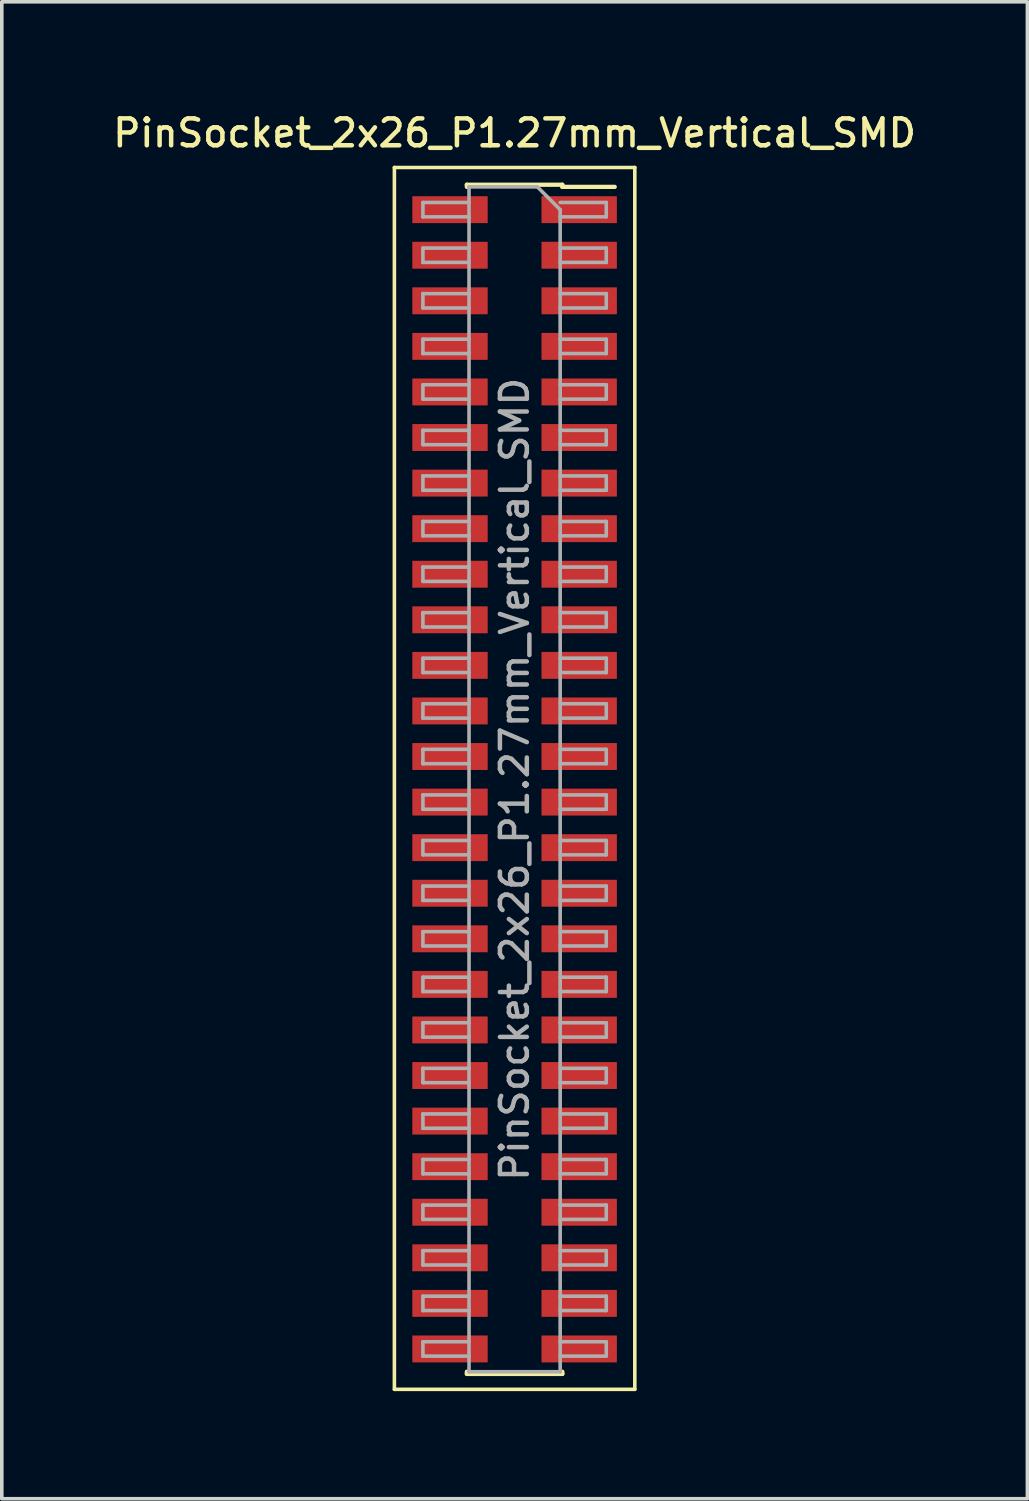
<source format=kicad_pcb>
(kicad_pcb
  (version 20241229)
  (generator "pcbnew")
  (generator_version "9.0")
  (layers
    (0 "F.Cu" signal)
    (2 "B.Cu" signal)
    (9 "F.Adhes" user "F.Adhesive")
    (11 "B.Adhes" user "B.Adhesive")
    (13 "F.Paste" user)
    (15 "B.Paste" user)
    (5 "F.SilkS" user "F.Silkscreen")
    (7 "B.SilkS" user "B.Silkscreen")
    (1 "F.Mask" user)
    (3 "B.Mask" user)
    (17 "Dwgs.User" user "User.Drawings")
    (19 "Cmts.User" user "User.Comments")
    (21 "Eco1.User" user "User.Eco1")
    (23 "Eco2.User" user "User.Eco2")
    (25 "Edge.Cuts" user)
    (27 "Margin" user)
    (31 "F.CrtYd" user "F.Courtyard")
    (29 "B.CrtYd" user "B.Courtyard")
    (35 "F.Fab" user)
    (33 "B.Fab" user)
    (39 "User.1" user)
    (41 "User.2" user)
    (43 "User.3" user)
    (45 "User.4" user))
  (footprint "PinSocket_2x26_P1.27mm_Vertical_SMD"
    (layer "F.Cu")
    (at 11.291 18.668)
    (property "Reference" "PinSocket_2x26_P1.27mm_Vertical_SMD" (at 0 -18.01 0) (layer "F.SilkS") (effects (font (size 0.75 0.75) (thickness 0.125))))
    (attr smd)
    (fp_line (start -3.35 -17.05) (end 3.35 -17.05) (stroke (width 0.1) (type solid)) (layer "F.SilkS"))
    (fp_line (start -3.35 17) (end -3.35 -17.05) (stroke (width 0.1) (type solid)) (layer "F.SilkS"))
    (fp_line (start -1.33 -16.57) (end -1.33 -16.51) (stroke (width 0.12) (type solid)) (layer "F.SilkS"))
    (fp_line (start -1.33 -16.57) (end 1.33 -16.57) (stroke (width 0.12) (type solid)) (layer "F.SilkS"))
    (fp_line (start -1.33 16.51) (end -1.33 16.57) (stroke (width 0.12) (type solid)) (layer "F.SilkS"))
    (fp_line (start -1.33 16.57) (end 1.33 16.57) (stroke (width 0.12) (type solid)) (layer "F.SilkS"))
    (fp_line (start 1.33 -16.57) (end 1.33 -16.51) (stroke (width 0.12) (type solid)) (layer "F.SilkS"))
    (fp_line (start 1.33 -16.51) (end 2.79 -16.51) (stroke (width 0.12) (type solid)) (layer "F.SilkS"))
    (fp_line (start 1.33 16.51) (end 1.33 16.57) (stroke (width 0.12) (type solid)) (layer "F.SilkS"))
    (fp_line (start 3.35 -17.05) (end 3.35 17) (stroke (width 0.1) (type solid)) (layer "F.SilkS"))
    (fp_line (start 3.35 17) (end -3.35 17) (stroke (width 0.1) (type solid)) (layer "F.SilkS"))
    (fp_line (start -2.555 -16.075) (end -1.27 -16.075) (stroke (width 0.1) (type solid)) (layer "F.Fab"))
    (fp_line (start -2.555 -15.675) (end -2.555 -16.075) (stroke (width 0.1) (type solid)) (layer "F.Fab"))
    (fp_line (start -2.555 -14.805) (end -1.27 -14.805) (stroke (width 0.1) (type solid)) (layer "F.Fab"))
    (fp_line (start -2.555 -14.405) (end -2.555 -14.805) (stroke (width 0.1) (type solid)) (layer "F.Fab"))
    (fp_line (start -2.555 -13.535) (end -1.27 -13.535) (stroke (width 0.1) (type solid)) (layer "F.Fab"))
    (fp_line (start -2.555 -13.135) (end -2.555 -13.535) (stroke (width 0.1) (type solid)) (layer "F.Fab"))
    (fp_line (start -2.555 -12.265) (end -1.27 -12.265) (stroke (width 0.1) (type solid)) (layer "F.Fab"))
    (fp_line (start -2.555 -11.865) (end -2.555 -12.265) (stroke (width 0.1) (type solid)) (layer "F.Fab"))
    (fp_line (start -2.555 -10.995) (end -1.27 -10.995) (stroke (width 0.1) (type solid)) (layer "F.Fab"))
    (fp_line (start -2.555 -10.595) (end -2.555 -10.995) (stroke (width 0.1) (type solid)) (layer "F.Fab"))
    (fp_line (start -2.555 -9.725) (end -1.27 -9.725) (stroke (width 0.1) (type solid)) (layer "F.Fab"))
    (fp_line (start -2.555 -9.325) (end -2.555 -9.725) (stroke (width 0.1) (type solid)) (layer "F.Fab"))
    (fp_line (start -2.555 -8.455) (end -1.27 -8.455) (stroke (width 0.1) (type solid)) (layer "F.Fab"))
    (fp_line (start -2.555 -8.055) (end -2.555 -8.455) (stroke (width 0.1) (type solid)) (layer "F.Fab"))
    (fp_line (start -2.555 -7.185) (end -1.27 -7.185) (stroke (width 0.1) (type solid)) (layer "F.Fab"))
    (fp_line (start -2.555 -6.785) (end -2.555 -7.185) (stroke (width 0.1) (type solid)) (layer "F.Fab"))
    (fp_line (start -2.555 -5.915) (end -1.27 -5.915) (stroke (width 0.1) (type solid)) (layer "F.Fab"))
    (fp_line (start -2.555 -5.515) (end -2.555 -5.915) (stroke (width 0.1) (type solid)) (layer "F.Fab"))
    (fp_line (start -2.555 -4.645) (end -1.27 -4.645) (stroke (width 0.1) (type solid)) (layer "F.Fab"))
    (fp_line (start -2.555 -4.245) (end -2.555 -4.645) (stroke (width 0.1) (type solid)) (layer "F.Fab"))
    (fp_line (start -2.555 -3.375) (end -1.27 -3.375) (stroke (width 0.1) (type solid)) (layer "F.Fab"))
    (fp_line (start -2.555 -2.975) (end -2.555 -3.375) (stroke (width 0.1) (type solid)) (layer "F.Fab"))
    (fp_line (start -2.555 -2.105) (end -1.27 -2.105) (stroke (width 0.1) (type solid)) (layer "F.Fab"))
    (fp_line (start -2.555 -1.705) (end -2.555 -2.105) (stroke (width 0.1) (type solid)) (layer "F.Fab"))
    (fp_line (start -2.555 -0.835) (end -1.27 -0.835) (stroke (width 0.1) (type solid)) (layer "F.Fab"))
    (fp_line (start -2.555 -0.435) (end -2.555 -0.835) (stroke (width 0.1) (type solid)) (layer "F.Fab"))
    (fp_line (start -2.555 0.435) (end -1.27 0.435) (stroke (width 0.1) (type solid)) (layer "F.Fab"))
    (fp_line (start -2.555 0.835) (end -2.555 0.435) (stroke (width 0.1) (type solid)) (layer "F.Fab"))
    (fp_line (start -2.555 1.705) (end -1.27 1.705) (stroke (width 0.1) (type solid)) (layer "F.Fab"))
    (fp_line (start -2.555 2.105) (end -2.555 1.705) (stroke (width 0.1) (type solid)) (layer "F.Fab"))
    (fp_line (start -2.555 2.975) (end -1.27 2.975) (stroke (width 0.1) (type solid)) (layer "F.Fab"))
    (fp_line (start -2.555 3.375) (end -2.555 2.975) (stroke (width 0.1) (type solid)) (layer "F.Fab"))
    (fp_line (start -2.555 4.245) (end -1.27 4.245) (stroke (width 0.1) (type solid)) (layer "F.Fab"))
    (fp_line (start -2.555 4.645) (end -2.555 4.245) (stroke (width 0.1) (type solid)) (layer "F.Fab"))
    (fp_line (start -2.555 5.515) (end -1.27 5.515) (stroke (width 0.1) (type solid)) (layer "F.Fab"))
    (fp_line (start -2.555 5.915) (end -2.555 5.515) (stroke (width 0.1) (type solid)) (layer "F.Fab"))
    (fp_line (start -2.555 6.785) (end -1.27 6.785) (stroke (width 0.1) (type solid)) (layer "F.Fab"))
    (fp_line (start -2.555 7.185) (end -2.555 6.785) (stroke (width 0.1) (type solid)) (layer "F.Fab"))
    (fp_line (start -2.555 8.055) (end -1.27 8.055) (stroke (width 0.1) (type solid)) (layer "F.Fab"))
    (fp_line (start -2.555 8.455) (end -2.555 8.055) (stroke (width 0.1) (type solid)) (layer "F.Fab"))
    (fp_line (start -2.555 9.325) (end -1.27 9.325) (stroke (width 0.1) (type solid)) (layer "F.Fab"))
    (fp_line (start -2.555 9.725) (end -2.555 9.325) (stroke (width 0.1) (type solid)) (layer "F.Fab"))
    (fp_line (start -2.555 10.595) (end -1.27 10.595) (stroke (width 0.1) (type solid)) (layer "F.Fab"))
    (fp_line (start -2.555 10.995) (end -2.555 10.595) (stroke (width 0.1) (type solid)) (layer "F.Fab"))
    (fp_line (start -2.555 11.865) (end -1.27 11.865) (stroke (width 0.1) (type solid)) (layer "F.Fab"))
    (fp_line (start -2.555 12.265) (end -2.555 11.865) (stroke (width 0.1) (type solid)) (layer "F.Fab"))
    (fp_line (start -2.555 13.135) (end -1.27 13.135) (stroke (width 0.1) (type solid)) (layer "F.Fab"))
    (fp_line (start -2.555 13.535) (end -2.555 13.135) (stroke (width 0.1) (type solid)) (layer "F.Fab"))
    (fp_line (start -2.555 14.405) (end -1.27 14.405) (stroke (width 0.1) (type solid)) (layer "F.Fab"))
    (fp_line (start -2.555 14.805) (end -2.555 14.405) (stroke (width 0.1) (type solid)) (layer "F.Fab"))
    (fp_line (start -2.555 15.675) (end -1.27 15.675) (stroke (width 0.1) (type solid)) (layer "F.Fab"))
    (fp_line (start -2.555 16.075) (end -2.555 15.675) (stroke (width 0.1) (type solid)) (layer "F.Fab"))
    (fp_line (start -1.27 -16.51) (end 0.635 -16.51) (stroke (width 0.1) (type solid)) (layer "F.Fab"))
    (fp_line (start -1.27 -15.675) (end -2.555 -15.675) (stroke (width 0.1) (type solid)) (layer "F.Fab"))
    (fp_line (start -1.27 -14.405) (end -2.555 -14.405) (stroke (width 0.1) (type solid)) (layer "F.Fab"))
    (fp_line (start -1.27 -13.135) (end -2.555 -13.135) (stroke (width 0.1) (type solid)) (layer "F.Fab"))
    (fp_line (start -1.27 -11.865) (end -2.555 -11.865) (stroke (width 0.1) (type solid)) (layer "F.Fab"))
    (fp_line (start -1.27 -10.595) (end -2.555 -10.595) (stroke (width 0.1) (type solid)) (layer "F.Fab"))
    (fp_line (start -1.27 -9.325) (end -2.555 -9.325) (stroke (width 0.1) (type solid)) (layer "F.Fab"))
    (fp_line (start -1.27 -8.055) (end -2.555 -8.055) (stroke (width 0.1) (type solid)) (layer "F.Fab"))
    (fp_line (start -1.27 -6.785) (end -2.555 -6.785) (stroke (width 0.1) (type solid)) (layer "F.Fab"))
    (fp_line (start -1.27 -5.515) (end -2.555 -5.515) (stroke (width 0.1) (type solid)) (layer "F.Fab"))
    (fp_line (start -1.27 -4.245) (end -2.555 -4.245) (stroke (width 0.1) (type solid)) (layer "F.Fab"))
    (fp_line (start -1.27 -2.975) (end -2.555 -2.975) (stroke (width 0.1) (type solid)) (layer "F.Fab"))
    (fp_line (start -1.27 -1.705) (end -2.555 -1.705) (stroke (width 0.1) (type solid)) (layer "F.Fab"))
    (fp_line (start -1.27 -0.435) (end -2.555 -0.435) (stroke (width 0.1) (type solid)) (layer "F.Fab"))
    (fp_line (start -1.27 0.835) (end -2.555 0.835) (stroke (width 0.1) (type solid)) (layer "F.Fab"))
    (fp_line (start -1.27 2.105) (end -2.555 2.105) (stroke (width 0.1) (type solid)) (layer "F.Fab"))
    (fp_line (start -1.27 3.375) (end -2.555 3.375) (stroke (width 0.1) (type solid)) (layer "F.Fab"))
    (fp_line (start -1.27 4.645) (end -2.555 4.645) (stroke (width 0.1) (type solid)) (layer "F.Fab"))
    (fp_line (start -1.27 5.915) (end -2.555 5.915) (stroke (width 0.1) (type solid)) (layer "F.Fab"))
    (fp_line (start -1.27 7.185) (end -2.555 7.185) (stroke (width 0.1) (type solid)) (layer "F.Fab"))
    (fp_line (start -1.27 8.455) (end -2.555 8.455) (stroke (width 0.1) (type solid)) (layer "F.Fab"))
    (fp_line (start -1.27 9.725) (end -2.555 9.725) (stroke (width 0.1) (type solid)) (layer "F.Fab"))
    (fp_line (start -1.27 10.995) (end -2.555 10.995) (stroke (width 0.1) (type solid)) (layer "F.Fab"))
    (fp_line (start -1.27 12.265) (end -2.555 12.265) (stroke (width 0.1) (type solid)) (layer "F.Fab"))
    (fp_line (start -1.27 13.535) (end -2.555 13.535) (stroke (width 0.1) (type solid)) (layer "F.Fab"))
    (fp_line (start -1.27 14.805) (end -2.555 14.805) (stroke (width 0.1) (type solid)) (layer "F.Fab"))
    (fp_line (start -1.27 16.075) (end -2.555 16.075) (stroke (width 0.1) (type solid)) (layer "F.Fab"))
    (fp_line (start -1.27 16.51) (end -1.27 -16.51) (stroke (width 0.1) (type solid)) (layer "F.Fab"))
    (fp_line (start 0.635 -16.51) (end 1.27 -15.875) (stroke (width 0.1) (type solid)) (layer "F.Fab"))
    (fp_line (start 1.27 -16.075) (end 2.555 -16.075) (stroke (width 0.1) (type solid)) (layer "F.Fab"))
    (fp_line (start 1.27 -15.875) (end 1.27 16.51) (stroke (width 0.1) (type solid)) (layer "F.Fab"))
    (fp_line (start 1.27 -14.805) (end 2.555 -14.805) (stroke (width 0.1) (type solid)) (layer "F.Fab"))
    (fp_line (start 1.27 -13.535) (end 2.555 -13.535) (stroke (width 0.1) (type solid)) (layer "F.Fab"))
    (fp_line (start 1.27 -12.265) (end 2.555 -12.265) (stroke (width 0.1) (type solid)) (layer "F.Fab"))
    (fp_line (start 1.27 -10.995) (end 2.555 -10.995) (stroke (width 0.1) (type solid)) (layer "F.Fab"))
    (fp_line (start 1.27 -9.725) (end 2.555 -9.725) (stroke (width 0.1) (type solid)) (layer "F.Fab"))
    (fp_line (start 1.27 -8.455) (end 2.555 -8.455) (stroke (width 0.1) (type solid)) (layer "F.Fab"))
    (fp_line (start 1.27 -7.185) (end 2.555 -7.185) (stroke (width 0.1) (type solid)) (layer "F.Fab"))
    (fp_line (start 1.27 -5.915) (end 2.555 -5.915) (stroke (width 0.1) (type solid)) (layer "F.Fab"))
    (fp_line (start 1.27 -4.645) (end 2.555 -4.645) (stroke (width 0.1) (type solid)) (layer "F.Fab"))
    (fp_line (start 1.27 -3.375) (end 2.555 -3.375) (stroke (width 0.1) (type solid)) (layer "F.Fab"))
    (fp_line (start 1.27 -2.105) (end 2.555 -2.105) (stroke (width 0.1) (type solid)) (layer "F.Fab"))
    (fp_line (start 1.27 -0.835) (end 2.555 -0.835) (stroke (width 0.1) (type solid)) (layer "F.Fab"))
    (fp_line (start 1.27 0.435) (end 2.555 0.435) (stroke (width 0.1) (type solid)) (layer "F.Fab"))
    (fp_line (start 1.27 1.705) (end 2.555 1.705) (stroke (width 0.1) (type solid)) (layer "F.Fab"))
    (fp_line (start 1.27 2.975) (end 2.555 2.975) (stroke (width 0.1) (type solid)) (layer "F.Fab"))
    (fp_line (start 1.27 4.245) (end 2.555 4.245) (stroke (width 0.1) (type solid)) (layer "F.Fab"))
    (fp_line (start 1.27 5.515) (end 2.555 5.515) (stroke (width 0.1) (type solid)) (layer "F.Fab"))
    (fp_line (start 1.27 6.785) (end 2.555 6.785) (stroke (width 0.1) (type solid)) (layer "F.Fab"))
    (fp_line (start 1.27 8.055) (end 2.555 8.055) (stroke (width 0.1) (type solid)) (layer "F.Fab"))
    (fp_line (start 1.27 9.325) (end 2.555 9.325) (stroke (width 0.1) (type solid)) (layer "F.Fab"))
    (fp_line (start 1.27 10.595) (end 2.555 10.595) (stroke (width 0.1) (type solid)) (layer "F.Fab"))
    (fp_line (start 1.27 11.865) (end 2.555 11.865) (stroke (width 0.1) (type solid)) (layer "F.Fab"))
    (fp_line (start 1.27 13.135) (end 2.555 13.135) (stroke (width 0.1) (type solid)) (layer "F.Fab"))
    (fp_line (start 1.27 14.405) (end 2.555 14.405) (stroke (width 0.1) (type solid)) (layer "F.Fab"))
    (fp_line (start 1.27 15.675) (end 2.555 15.675) (stroke (width 0.1) (type solid)) (layer "F.Fab"))
    (fp_line (start 1.27 16.51) (end -1.27 16.51) (stroke (width 0.1) (type solid)) (layer "F.Fab"))
    (fp_line (start 2.555 -16.075) (end 2.555 -15.675) (stroke (width 0.1) (type solid)) (layer "F.Fab"))
    (fp_line (start 2.555 -15.675) (end 1.27 -15.675) (stroke (width 0.1) (type solid)) (layer "F.Fab"))
    (fp_line (start 2.555 -14.805) (end 2.555 -14.405) (stroke (width 0.1) (type solid)) (layer "F.Fab"))
    (fp_line (start 2.555 -14.405) (end 1.27 -14.405) (stroke (width 0.1) (type solid)) (layer "F.Fab"))
    (fp_line (start 2.555 -13.535) (end 2.555 -13.135) (stroke (width 0.1) (type solid)) (layer "F.Fab"))
    (fp_line (start 2.555 -13.135) (end 1.27 -13.135) (stroke (width 0.1) (type solid)) (layer "F.Fab"))
    (fp_line (start 2.555 -12.265) (end 2.555 -11.865) (stroke (width 0.1) (type solid)) (layer "F.Fab"))
    (fp_line (start 2.555 -11.865) (end 1.27 -11.865) (stroke (width 0.1) (type solid)) (layer "F.Fab"))
    (fp_line (start 2.555 -10.995) (end 2.555 -10.595) (stroke (width 0.1) (type solid)) (layer "F.Fab"))
    (fp_line (start 2.555 -10.595) (end 1.27 -10.595) (stroke (width 0.1) (type solid)) (layer "F.Fab"))
    (fp_line (start 2.555 -9.725) (end 2.555 -9.325) (stroke (width 0.1) (type solid)) (layer "F.Fab"))
    (fp_line (start 2.555 -9.325) (end 1.27 -9.325) (stroke (width 0.1) (type solid)) (layer "F.Fab"))
    (fp_line (start 2.555 -8.455) (end 2.555 -8.055) (stroke (width 0.1) (type solid)) (layer "F.Fab"))
    (fp_line (start 2.555 -8.055) (end 1.27 -8.055) (stroke (width 0.1) (type solid)) (layer "F.Fab"))
    (fp_line (start 2.555 -7.185) (end 2.555 -6.785) (stroke (width 0.1) (type solid)) (layer "F.Fab"))
    (fp_line (start 2.555 -6.785) (end 1.27 -6.785) (stroke (width 0.1) (type solid)) (layer "F.Fab"))
    (fp_line (start 2.555 -5.915) (end 2.555 -5.515) (stroke (width 0.1) (type solid)) (layer "F.Fab"))
    (fp_line (start 2.555 -5.515) (end 1.27 -5.515) (stroke (width 0.1) (type solid)) (layer "F.Fab"))
    (fp_line (start 2.555 -4.645) (end 2.555 -4.245) (stroke (width 0.1) (type solid)) (layer "F.Fab"))
    (fp_line (start 2.555 -4.245) (end 1.27 -4.245) (stroke (width 0.1) (type solid)) (layer "F.Fab"))
    (fp_line (start 2.555 -3.375) (end 2.555 -2.975) (stroke (width 0.1) (type solid)) (layer "F.Fab"))
    (fp_line (start 2.555 -2.975) (end 1.27 -2.975) (stroke (width 0.1) (type solid)) (layer "F.Fab"))
    (fp_line (start 2.555 -2.105) (end 2.555 -1.705) (stroke (width 0.1) (type solid)) (layer "F.Fab"))
    (fp_line (start 2.555 -1.705) (end 1.27 -1.705) (stroke (width 0.1) (type solid)) (layer "F.Fab"))
    (fp_line (start 2.555 -0.835) (end 2.555 -0.435) (stroke (width 0.1) (type solid)) (layer "F.Fab"))
    (fp_line (start 2.555 -0.435) (end 1.27 -0.435) (stroke (width 0.1) (type solid)) (layer "F.Fab"))
    (fp_line (start 2.555 0.435) (end 2.555 0.835) (stroke (width 0.1) (type solid)) (layer "F.Fab"))
    (fp_line (start 2.555 0.835) (end 1.27 0.835) (stroke (width 0.1) (type solid)) (layer "F.Fab"))
    (fp_line (start 2.555 1.705) (end 2.555 2.105) (stroke (width 0.1) (type solid)) (layer "F.Fab"))
    (fp_line (start 2.555 2.105) (end 1.27 2.105) (stroke (width 0.1) (type solid)) (layer "F.Fab"))
    (fp_line (start 2.555 2.975) (end 2.555 3.375) (stroke (width 0.1) (type solid)) (layer "F.Fab"))
    (fp_line (start 2.555 3.375) (end 1.27 3.375) (stroke (width 0.1) (type solid)) (layer "F.Fab"))
    (fp_line (start 2.555 4.245) (end 2.555 4.645) (stroke (width 0.1) (type solid)) (layer "F.Fab"))
    (fp_line (start 2.555 4.645) (end 1.27 4.645) (stroke (width 0.1) (type solid)) (layer "F.Fab"))
    (fp_line (start 2.555 5.515) (end 2.555 5.915) (stroke (width 0.1) (type solid)) (layer "F.Fab"))
    (fp_line (start 2.555 5.915) (end 1.27 5.915) (stroke (width 0.1) (type solid)) (layer "F.Fab"))
    (fp_line (start 2.555 6.785) (end 2.555 7.185) (stroke (width 0.1) (type solid)) (layer "F.Fab"))
    (fp_line (start 2.555 7.185) (end 1.27 7.185) (stroke (width 0.1) (type solid)) (layer "F.Fab"))
    (fp_line (start 2.555 8.055) (end 2.555 8.455) (stroke (width 0.1) (type solid)) (layer "F.Fab"))
    (fp_line (start 2.555 8.455) (end 1.27 8.455) (stroke (width 0.1) (type solid)) (layer "F.Fab"))
    (fp_line (start 2.555 9.325) (end 2.555 9.725) (stroke (width 0.1) (type solid)) (layer "F.Fab"))
    (fp_line (start 2.555 9.725) (end 1.27 9.725) (stroke (width 0.1) (type solid)) (layer "F.Fab"))
    (fp_line (start 2.555 10.595) (end 2.555 10.995) (stroke (width 0.1) (type solid)) (layer "F.Fab"))
    (fp_line (start 2.555 10.995) (end 1.27 10.995) (stroke (width 0.1) (type solid)) (layer "F.Fab"))
    (fp_line (start 2.555 11.865) (end 2.555 12.265) (stroke (width 0.1) (type solid)) (layer "F.Fab"))
    (fp_line (start 2.555 12.265) (end 1.27 12.265) (stroke (width 0.1) (type solid)) (layer "F.Fab"))
    (fp_line (start 2.555 13.135) (end 2.555 13.535) (stroke (width 0.1) (type solid)) (layer "F.Fab"))
    (fp_line (start 2.555 13.535) (end 1.27 13.535) (stroke (width 0.1) (type solid)) (layer "F.Fab"))
    (fp_line (start 2.555 14.405) (end 2.555 14.805) (stroke (width 0.1) (type solid)) (layer "F.Fab"))
    (fp_line (start 2.555 14.805) (end 1.27 14.805) (stroke (width 0.1) (type solid)) (layer "F.Fab"))
    (fp_line (start 2.555 15.675) (end 2.555 16.075) (stroke (width 0.1) (type solid)) (layer "F.Fab"))
    (fp_line (start 2.555 16.075) (end 1.27 16.075) (stroke (width 0.1) (type solid)) (layer "F.Fab"))
    (fp_text user "${REFERENCE}" (at 0 0 90) (layer "F.Fab") (effects (font (size 0.75 0.75) (thickness 0.125))))
    (pad "1" smd rect (at 1.8 -15.875) (size 2.1 0.75) (layers "F.Cu" "F.Mask" "F.Paste"))
    (pad "2" smd rect (at -1.8 -15.875) (size 2.1 0.75) (layers "F.Cu" "F.Mask" "F.Paste"))
    (pad "3" smd rect (at 1.8 -14.605) (size 2.1 0.75) (layers "F.Cu" "F.Mask" "F.Paste"))
    (pad "4" smd rect (at -1.8 -14.605) (size 2.1 0.75) (layers "F.Cu" "F.Mask" "F.Paste"))
    (pad "5" smd rect (at 1.8 -13.335) (size 2.1 0.75) (layers "F.Cu" "F.Mask" "F.Paste"))
    (pad "6" smd rect (at -1.8 -13.335) (size 2.1 0.75) (layers "F.Cu" "F.Mask" "F.Paste"))
    (pad "7" smd rect (at 1.8 -12.065) (size 2.1 0.75) (layers "F.Cu" "F.Mask" "F.Paste"))
    (pad "8" smd rect (at -1.8 -12.065) (size 2.1 0.75) (layers "F.Cu" "F.Mask" "F.Paste"))
    (pad "9" smd rect (at 1.8 -10.795) (size 2.1 0.75) (layers "F.Cu" "F.Mask" "F.Paste"))
    (pad "10" smd rect (at -1.8 -10.795) (size 2.1 0.75) (layers "F.Cu" "F.Mask" "F.Paste"))
    (pad "11" smd rect (at 1.8 -9.525) (size 2.1 0.75) (layers "F.Cu" "F.Mask" "F.Paste"))
    (pad "12" smd rect (at -1.8 -9.525) (size 2.1 0.75) (layers "F.Cu" "F.Mask" "F.Paste"))
    (pad "13" smd rect (at 1.8 -8.255) (size 2.1 0.75) (layers "F.Cu" "F.Mask" "F.Paste"))
    (pad "14" smd rect (at -1.8 -8.255) (size 2.1 0.75) (layers "F.Cu" "F.Mask" "F.Paste"))
    (pad "15" smd rect (at 1.8 -6.985) (size 2.1 0.75) (layers "F.Cu" "F.Mask" "F.Paste"))
    (pad "16" smd rect (at -1.8 -6.985) (size 2.1 0.75) (layers "F.Cu" "F.Mask" "F.Paste"))
    (pad "17" smd rect (at 1.8 -5.715) (size 2.1 0.75) (layers "F.Cu" "F.Mask" "F.Paste"))
    (pad "18" smd rect (at -1.8 -5.715) (size 2.1 0.75) (layers "F.Cu" "F.Mask" "F.Paste"))
    (pad "19" smd rect (at 1.8 -4.445) (size 2.1 0.75) (layers "F.Cu" "F.Mask" "F.Paste"))
    (pad "20" smd rect (at -1.8 -4.445) (size 2.1 0.75) (layers "F.Cu" "F.Mask" "F.Paste"))
    (pad "21" smd rect (at 1.8 -3.175) (size 2.1 0.75) (layers "F.Cu" "F.Mask" "F.Paste"))
    (pad "22" smd rect (at -1.8 -3.175) (size 2.1 0.75) (layers "F.Cu" "F.Mask" "F.Paste"))
    (pad "23" smd rect (at 1.8 -1.905) (size 2.1 0.75) (layers "F.Cu" "F.Mask" "F.Paste"))
    (pad "24" smd rect (at -1.8 -1.905) (size 2.1 0.75) (layers "F.Cu" "F.Mask" "F.Paste"))
    (pad "25" smd rect (at 1.8 -0.635) (size 2.1 0.75) (layers "F.Cu" "F.Mask" "F.Paste"))
    (pad "26" smd rect (at -1.8 -0.635) (size 2.1 0.75) (layers "F.Cu" "F.Mask" "F.Paste"))
    (pad "27" smd rect (at 1.8 0.635) (size 2.1 0.75) (layers "F.Cu" "F.Mask" "F.Paste"))
    (pad "28" smd rect (at -1.8 0.635) (size 2.1 0.75) (layers "F.Cu" "F.Mask" "F.Paste"))
    (pad "29" smd rect (at 1.8 1.905) (size 2.1 0.75) (layers "F.Cu" "F.Mask" "F.Paste"))
    (pad "30" smd rect (at -1.8 1.905) (size 2.1 0.75) (layers "F.Cu" "F.Mask" "F.Paste"))
    (pad "31" smd rect (at 1.8 3.175) (size 2.1 0.75) (layers "F.Cu" "F.Mask" "F.Paste"))
    (pad "32" smd rect (at -1.8 3.175) (size 2.1 0.75) (layers "F.Cu" "F.Mask" "F.Paste"))
    (pad "33" smd rect (at 1.8 4.445) (size 2.1 0.75) (layers "F.Cu" "F.Mask" "F.Paste"))
    (pad "34" smd rect (at -1.8 4.445) (size 2.1 0.75) (layers "F.Cu" "F.Mask" "F.Paste"))
    (pad "35" smd rect (at 1.8 5.715) (size 2.1 0.75) (layers "F.Cu" "F.Mask" "F.Paste"))
    (pad "36" smd rect (at -1.8 5.715) (size 2.1 0.75) (layers "F.Cu" "F.Mask" "F.Paste"))
    (pad "37" smd rect (at 1.8 6.985) (size 2.1 0.75) (layers "F.Cu" "F.Mask" "F.Paste"))
    (pad "38" smd rect (at -1.8 6.985) (size 2.1 0.75) (layers "F.Cu" "F.Mask" "F.Paste"))
    (pad "39" smd rect (at 1.8 8.255) (size 2.1 0.75) (layers "F.Cu" "F.Mask" "F.Paste"))
    (pad "40" smd rect (at -1.8 8.255) (size 2.1 0.75) (layers "F.Cu" "F.Mask" "F.Paste"))
    (pad "41" smd rect (at 1.8 9.525) (size 2.1 0.75) (layers "F.Cu" "F.Mask" "F.Paste"))
    (pad "42" smd rect (at -1.8 9.525) (size 2.1 0.75) (layers "F.Cu" "F.Mask" "F.Paste"))
    (pad "43" smd rect (at 1.8 10.795) (size 2.1 0.75) (layers "F.Cu" "F.Mask" "F.Paste"))
    (pad "44" smd rect (at -1.8 10.795) (size 2.1 0.75) (layers "F.Cu" "F.Mask" "F.Paste"))
    (pad "45" smd rect (at 1.8 12.065) (size 2.1 0.75) (layers "F.Cu" "F.Mask" "F.Paste"))
    (pad "46" smd rect (at -1.8 12.065) (size 2.1 0.75) (layers "F.Cu" "F.Mask" "F.Paste"))
    (pad "47" smd rect (at 1.8 13.335) (size 2.1 0.75) (layers "F.Cu" "F.Mask" "F.Paste"))
    (pad "48" smd rect (at -1.8 13.335) (size 2.1 0.75) (layers "F.Cu" "F.Mask" "F.Paste"))
    (pad "49" smd rect (at 1.8 14.605) (size 2.1 0.75) (layers "F.Cu" "F.Mask" "F.Paste"))
    (pad "50" smd rect (at -1.8 14.605) (size 2.1 0.75) (layers "F.Cu" "F.Mask" "F.Paste"))
    (pad "51" smd rect (at 1.8 15.875) (size 2.1 0.75) (layers "F.Cu" "F.Mask" "F.Paste"))
    (pad "52" smd rect (at -1.8 15.875) (size 2.1 0.75) (layers "F.Cu" "F.Mask" "F.Paste")))
  (gr_rect
    (start -3 -3)
    (end 25.582 38.718)
    (stroke (width 0.1) (type default))
    (fill no)
    (layer "Edge.Cuts")))
</source>
